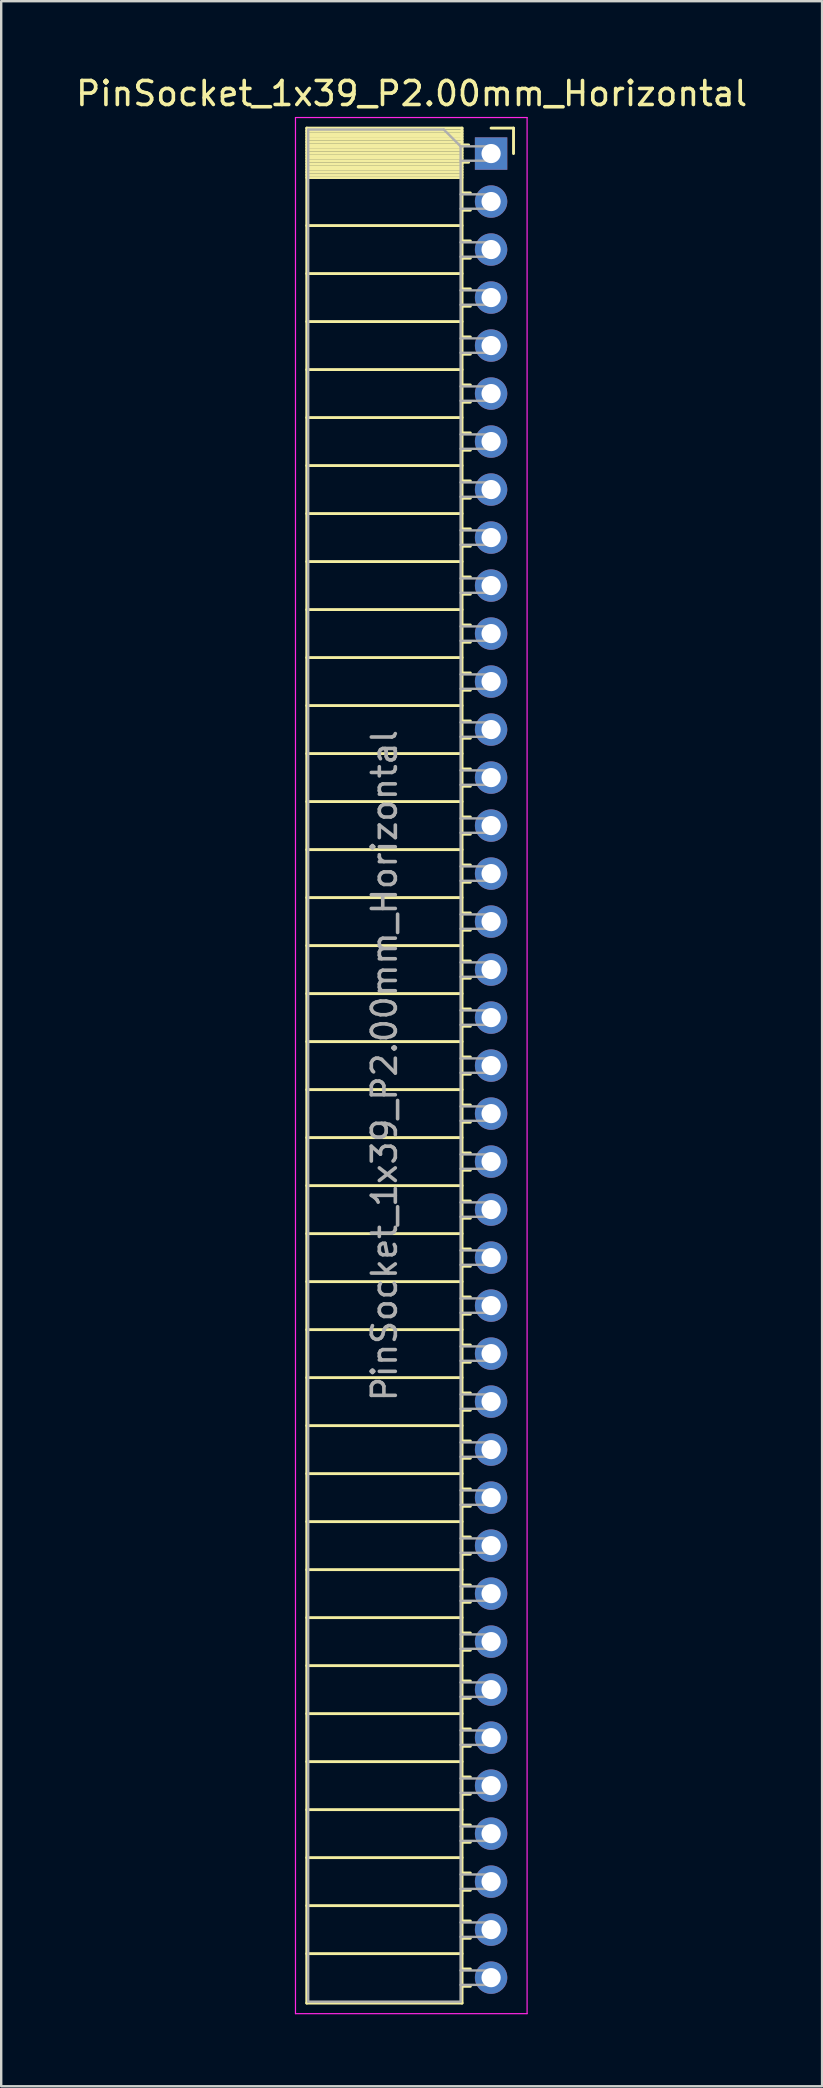
<source format=kicad_pcb>
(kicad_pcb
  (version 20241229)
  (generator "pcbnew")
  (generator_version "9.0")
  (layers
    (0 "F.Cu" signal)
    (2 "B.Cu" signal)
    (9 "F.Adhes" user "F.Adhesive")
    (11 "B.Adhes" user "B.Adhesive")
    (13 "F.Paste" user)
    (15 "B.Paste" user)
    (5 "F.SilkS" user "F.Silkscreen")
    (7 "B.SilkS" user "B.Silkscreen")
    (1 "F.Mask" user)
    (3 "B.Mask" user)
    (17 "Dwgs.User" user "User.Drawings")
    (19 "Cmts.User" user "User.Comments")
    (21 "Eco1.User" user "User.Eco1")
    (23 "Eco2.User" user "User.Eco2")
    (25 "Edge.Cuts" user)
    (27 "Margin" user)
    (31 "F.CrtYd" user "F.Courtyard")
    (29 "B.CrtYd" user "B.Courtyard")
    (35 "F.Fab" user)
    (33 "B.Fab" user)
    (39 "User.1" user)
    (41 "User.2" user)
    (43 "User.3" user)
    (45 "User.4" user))
  (footprint "PinSocket_1x39_P2.00mm_Horizontal"
    (layer "F.Cu")
    (at 17.411 3.348)
    (property "Reference" "PinSocket_1x39_P2.00mm_Horizontal" (at -3.31 -2.5 0) (layer "F.SilkS") (effects (font (size 1 1) (thickness 0.15))))
    (attr through_hole)
    (fp_line (start -7.68 -1.06) (end -7.68 77.06) (stroke (width 0.12) (type solid)) (layer "F.SilkS"))
    (fp_line (start -7.68 -1.06) (end -1.21 -1.06) (stroke (width 0.12) (type solid)) (layer "F.SilkS"))
    (fp_line (start -7.68 -0.94) (end -1.21 -0.94) (stroke (width 0.12) (type solid)) (layer "F.SilkS"))
    (fp_line (start -7.68 -0.826) (end -1.21 -0.826) (stroke (width 0.12) (type solid)) (layer "F.SilkS"))
    (fp_line (start -7.68 -0.712) (end -1.21 -0.712) (stroke (width 0.12) (type solid)) (layer "F.SilkS"))
    (fp_line (start -7.68 -0.598) (end -1.21 -0.598) (stroke (width 0.12) (type solid)) (layer "F.SilkS"))
    (fp_line (start -7.68 -0.484) (end -1.21 -0.484) (stroke (width 0.12) (type solid)) (layer "F.SilkS"))
    (fp_line (start -7.68 -0.369) (end -1.21 -0.369) (stroke (width 0.12) (type solid)) (layer "F.SilkS"))
    (fp_line (start -7.68 -0.255) (end -1.21 -0.255) (stroke (width 0.12) (type solid)) (layer "F.SilkS"))
    (fp_line (start -7.68 -0.141) (end -1.21 -0.141) (stroke (width 0.12) (type solid)) (layer "F.SilkS"))
    (fp_line (start -7.68 -0.027) (end -1.21 -0.027) (stroke (width 0.12) (type solid)) (layer "F.SilkS"))
    (fp_line (start -7.68 0.087) (end -1.21 0.087) (stroke (width 0.12) (type solid)) (layer "F.SilkS"))
    (fp_line (start -7.68 0.201) (end -1.21 0.201) (stroke (width 0.12) (type solid)) (layer "F.SilkS"))
    (fp_line (start -7.68 0.315) (end -1.21 0.315) (stroke (width 0.12) (type solid)) (layer "F.SilkS"))
    (fp_line (start -7.68 0.429) (end -1.21 0.429) (stroke (width 0.12) (type solid)) (layer "F.SilkS"))
    (fp_line (start -7.68 0.544) (end -1.21 0.544) (stroke (width 0.12) (type solid)) (layer "F.SilkS"))
    (fp_line (start -7.68 0.658) (end -1.21 0.658) (stroke (width 0.12) (type solid)) (layer "F.SilkS"))
    (fp_line (start -7.68 0.772) (end -1.21 0.772) (stroke (width 0.12) (type solid)) (layer "F.SilkS"))
    (fp_line (start -7.68 0.886) (end -1.21 0.886) (stroke (width 0.12) (type solid)) (layer "F.SilkS"))
    (fp_line (start -7.68 1) (end -1.21 1) (stroke (width 0.12) (type solid)) (layer "F.SilkS"))
    (fp_line (start -7.68 3) (end -1.21 3) (stroke (width 0.12) (type solid)) (layer "F.SilkS"))
    (fp_line (start -7.68 5) (end -1.21 5) (stroke (width 0.12) (type solid)) (layer "F.SilkS"))
    (fp_line (start -7.68 7) (end -1.21 7) (stroke (width 0.12) (type solid)) (layer "F.SilkS"))
    (fp_line (start -7.68 9) (end -1.21 9) (stroke (width 0.12) (type solid)) (layer "F.SilkS"))
    (fp_line (start -7.68 11) (end -1.21 11) (stroke (width 0.12) (type solid)) (layer "F.SilkS"))
    (fp_line (start -7.68 13) (end -1.21 13) (stroke (width 0.12) (type solid)) (layer "F.SilkS"))
    (fp_line (start -7.68 15) (end -1.21 15) (stroke (width 0.12) (type solid)) (layer "F.SilkS"))
    (fp_line (start -7.68 17) (end -1.21 17) (stroke (width 0.12) (type solid)) (layer "F.SilkS"))
    (fp_line (start -7.68 19) (end -1.21 19) (stroke (width 0.12) (type solid)) (layer "F.SilkS"))
    (fp_line (start -7.68 21) (end -1.21 21) (stroke (width 0.12) (type solid)) (layer "F.SilkS"))
    (fp_line (start -7.68 23) (end -1.21 23) (stroke (width 0.12) (type solid)) (layer "F.SilkS"))
    (fp_line (start -7.68 25) (end -1.21 25) (stroke (width 0.12) (type solid)) (layer "F.SilkS"))
    (fp_line (start -7.68 27) (end -1.21 27) (stroke (width 0.12) (type solid)) (layer "F.SilkS"))
    (fp_line (start -7.68 29) (end -1.21 29) (stroke (width 0.12) (type solid)) (layer "F.SilkS"))
    (fp_line (start -7.68 31) (end -1.21 31) (stroke (width 0.12) (type solid)) (layer "F.SilkS"))
    (fp_line (start -7.68 33) (end -1.21 33) (stroke (width 0.12) (type solid)) (layer "F.SilkS"))
    (fp_line (start -7.68 35) (end -1.21 35) (stroke (width 0.12) (type solid)) (layer "F.SilkS"))
    (fp_line (start -7.68 37) (end -1.21 37) (stroke (width 0.12) (type solid)) (layer "F.SilkS"))
    (fp_line (start -7.68 39) (end -1.21 39) (stroke (width 0.12) (type solid)) (layer "F.SilkS"))
    (fp_line (start -7.68 41) (end -1.21 41) (stroke (width 0.12) (type solid)) (layer "F.SilkS"))
    (fp_line (start -7.68 43) (end -1.21 43) (stroke (width 0.12) (type solid)) (layer "F.SilkS"))
    (fp_line (start -7.68 45) (end -1.21 45) (stroke (width 0.12) (type solid)) (layer "F.SilkS"))
    (fp_line (start -7.68 47) (end -1.21 47) (stroke (width 0.12) (type solid)) (layer "F.SilkS"))
    (fp_line (start -7.68 49) (end -1.21 49) (stroke (width 0.12) (type solid)) (layer "F.SilkS"))
    (fp_line (start -7.68 51) (end -1.21 51) (stroke (width 0.12) (type solid)) (layer "F.SilkS"))
    (fp_line (start -7.68 53) (end -1.21 53) (stroke (width 0.12) (type solid)) (layer "F.SilkS"))
    (fp_line (start -7.68 55) (end -1.21 55) (stroke (width 0.12) (type solid)) (layer "F.SilkS"))
    (fp_line (start -7.68 57) (end -1.21 57) (stroke (width 0.12) (type solid)) (layer "F.SilkS"))
    (fp_line (start -7.68 59) (end -1.21 59) (stroke (width 0.12) (type solid)) (layer "F.SilkS"))
    (fp_line (start -7.68 61) (end -1.21 61) (stroke (width 0.12) (type solid)) (layer "F.SilkS"))
    (fp_line (start -7.68 63) (end -1.21 63) (stroke (width 0.12) (type solid)) (layer "F.SilkS"))
    (fp_line (start -7.68 65) (end -1.21 65) (stroke (width 0.12) (type solid)) (layer "F.SilkS"))
    (fp_line (start -7.68 67) (end -1.21 67) (stroke (width 0.12) (type solid)) (layer "F.SilkS"))
    (fp_line (start -7.68 69) (end -1.21 69) (stroke (width 0.12) (type solid)) (layer "F.SilkS"))
    (fp_line (start -7.68 71) (end -1.21 71) (stroke (width 0.12) (type solid)) (layer "F.SilkS"))
    (fp_line (start -7.68 73) (end -1.21 73) (stroke (width 0.12) (type solid)) (layer "F.SilkS"))
    (fp_line (start -7.68 75) (end -1.21 75) (stroke (width 0.12) (type solid)) (layer "F.SilkS"))
    (fp_line (start -7.68 77.06) (end -1.21 77.06) (stroke (width 0.12) (type solid)) (layer "F.SilkS"))
    (fp_line (start -1.21 -1.06) (end -1.21 77.06) (stroke (width 0.12) (type solid)) (layer "F.SilkS"))
    (fp_line (start -1.21 -0.36) (end -0.935 -0.36) (stroke (width 0.12) (type solid)) (layer "F.SilkS"))
    (fp_line (start -1.21 0.36) (end -0.935 0.36) (stroke (width 0.12) (type solid)) (layer "F.SilkS"))
    (fp_line (start -1.21 1.64) (end -0.863 1.64) (stroke (width 0.12) (type solid)) (layer "F.SilkS"))
    (fp_line (start -1.21 2.36) (end -0.863 2.36) (stroke (width 0.12) (type solid)) (layer "F.SilkS"))
    (fp_line (start -1.21 3.64) (end -0.863 3.64) (stroke (width 0.12) (type solid)) (layer "F.SilkS"))
    (fp_line (start -1.21 4.36) (end -0.863 4.36) (stroke (width 0.12) (type solid)) (layer "F.SilkS"))
    (fp_line (start -1.21 5.64) (end -0.863 5.64) (stroke (width 0.12) (type solid)) (layer "F.SilkS"))
    (fp_line (start -1.21 6.36) (end -0.863 6.36) (stroke (width 0.12) (type solid)) (layer "F.SilkS"))
    (fp_line (start -1.21 7.64) (end -0.863 7.64) (stroke (width 0.12) (type solid)) (layer "F.SilkS"))
    (fp_line (start -1.21 8.36) (end -0.863 8.36) (stroke (width 0.12) (type solid)) (layer "F.SilkS"))
    (fp_line (start -1.21 9.64) (end -0.863 9.64) (stroke (width 0.12) (type solid)) (layer "F.SilkS"))
    (fp_line (start -1.21 10.36) (end -0.863 10.36) (stroke (width 0.12) (type solid)) (layer "F.SilkS"))
    (fp_line (start -1.21 11.64) (end -0.863 11.64) (stroke (width 0.12) (type solid)) (layer "F.SilkS"))
    (fp_line (start -1.21 12.36) (end -0.863 12.36) (stroke (width 0.12) (type solid)) (layer "F.SilkS"))
    (fp_line (start -1.21 13.64) (end -0.863 13.64) (stroke (width 0.12) (type solid)) (layer "F.SilkS"))
    (fp_line (start -1.21 14.36) (end -0.863 14.36) (stroke (width 0.12) (type solid)) (layer "F.SilkS"))
    (fp_line (start -1.21 15.64) (end -0.863 15.64) (stroke (width 0.12) (type solid)) (layer "F.SilkS"))
    (fp_line (start -1.21 16.36) (end -0.863 16.36) (stroke (width 0.12) (type solid)) (layer "F.SilkS"))
    (fp_line (start -1.21 17.64) (end -0.863 17.64) (stroke (width 0.12) (type solid)) (layer "F.SilkS"))
    (fp_line (start -1.21 18.36) (end -0.863 18.36) (stroke (width 0.12) (type solid)) (layer "F.SilkS"))
    (fp_line (start -1.21 19.64) (end -0.863 19.64) (stroke (width 0.12) (type solid)) (layer "F.SilkS"))
    (fp_line (start -1.21 20.36) (end -0.863 20.36) (stroke (width 0.12) (type solid)) (layer "F.SilkS"))
    (fp_line (start -1.21 21.64) (end -0.863 21.64) (stroke (width 0.12) (type solid)) (layer "F.SilkS"))
    (fp_line (start -1.21 22.36) (end -0.863 22.36) (stroke (width 0.12) (type solid)) (layer "F.SilkS"))
    (fp_line (start -1.21 23.64) (end -0.863 23.64) (stroke (width 0.12) (type solid)) (layer "F.SilkS"))
    (fp_line (start -1.21 24.36) (end -0.863 24.36) (stroke (width 0.12) (type solid)) (layer "F.SilkS"))
    (fp_line (start -1.21 25.64) (end -0.863 25.64) (stroke (width 0.12) (type solid)) (layer "F.SilkS"))
    (fp_line (start -1.21 26.36) (end -0.863 26.36) (stroke (width 0.12) (type solid)) (layer "F.SilkS"))
    (fp_line (start -1.21 27.64) (end -0.863 27.64) (stroke (width 0.12) (type solid)) (layer "F.SilkS"))
    (fp_line (start -1.21 28.36) (end -0.863 28.36) (stroke (width 0.12) (type solid)) (layer "F.SilkS"))
    (fp_line (start -1.21 29.64) (end -0.863 29.64) (stroke (width 0.12) (type solid)) (layer "F.SilkS"))
    (fp_line (start -1.21 30.36) (end -0.863 30.36) (stroke (width 0.12) (type solid)) (layer "F.SilkS"))
    (fp_line (start -1.21 31.64) (end -0.863 31.64) (stroke (width 0.12) (type solid)) (layer "F.SilkS"))
    (fp_line (start -1.21 32.36) (end -0.863 32.36) (stroke (width 0.12) (type solid)) (layer "F.SilkS"))
    (fp_line (start -1.21 33.64) (end -0.863 33.64) (stroke (width 0.12) (type solid)) (layer "F.SilkS"))
    (fp_line (start -1.21 34.36) (end -0.863 34.36) (stroke (width 0.12) (type solid)) (layer "F.SilkS"))
    (fp_line (start -1.21 35.64) (end -0.863 35.64) (stroke (width 0.12) (type solid)) (layer "F.SilkS"))
    (fp_line (start -1.21 36.36) (end -0.863 36.36) (stroke (width 0.12) (type solid)) (layer "F.SilkS"))
    (fp_line (start -1.21 37.64) (end -0.863 37.64) (stroke (width 0.12) (type solid)) (layer "F.SilkS"))
    (fp_line (start -1.21 38.36) (end -0.863 38.36) (stroke (width 0.12) (type solid)) (layer "F.SilkS"))
    (fp_line (start -1.21 39.64) (end -0.863 39.64) (stroke (width 0.12) (type solid)) (layer "F.SilkS"))
    (fp_line (start -1.21 40.36) (end -0.863 40.36) (stroke (width 0.12) (type solid)) (layer "F.SilkS"))
    (fp_line (start -1.21 41.64) (end -0.863 41.64) (stroke (width 0.12) (type solid)) (layer "F.SilkS"))
    (fp_line (start -1.21 42.36) (end -0.863 42.36) (stroke (width 0.12) (type solid)) (layer "F.SilkS"))
    (fp_line (start -1.21 43.64) (end -0.863 43.64) (stroke (width 0.12) (type solid)) (layer "F.SilkS"))
    (fp_line (start -1.21 44.36) (end -0.863 44.36) (stroke (width 0.12) (type solid)) (layer "F.SilkS"))
    (fp_line (start -1.21 45.64) (end -0.863 45.64) (stroke (width 0.12) (type solid)) (layer "F.SilkS"))
    (fp_line (start -1.21 46.36) (end -0.863 46.36) (stroke (width 0.12) (type solid)) (layer "F.SilkS"))
    (fp_line (start -1.21 47.64) (end -0.863 47.64) (stroke (width 0.12) (type solid)) (layer "F.SilkS"))
    (fp_line (start -1.21 48.36) (end -0.863 48.36) (stroke (width 0.12) (type solid)) (layer "F.SilkS"))
    (fp_line (start -1.21 49.64) (end -0.863 49.64) (stroke (width 0.12) (type solid)) (layer "F.SilkS"))
    (fp_line (start -1.21 50.36) (end -0.863 50.36) (stroke (width 0.12) (type solid)) (layer "F.SilkS"))
    (fp_line (start -1.21 51.64) (end -0.863 51.64) (stroke (width 0.12) (type solid)) (layer "F.SilkS"))
    (fp_line (start -1.21 52.36) (end -0.863 52.36) (stroke (width 0.12) (type solid)) (layer "F.SilkS"))
    (fp_line (start -1.21 53.64) (end -0.863 53.64) (stroke (width 0.12) (type solid)) (layer "F.SilkS"))
    (fp_line (start -1.21 54.36) (end -0.863 54.36) (stroke (width 0.12) (type solid)) (layer "F.SilkS"))
    (fp_line (start -1.21 55.64) (end -0.863 55.64) (stroke (width 0.12) (type solid)) (layer "F.SilkS"))
    (fp_line (start -1.21 56.36) (end -0.863 56.36) (stroke (width 0.12) (type solid)) (layer "F.SilkS"))
    (fp_line (start -1.21 57.64) (end -0.863 57.64) (stroke (width 0.12) (type solid)) (layer "F.SilkS"))
    (fp_line (start -1.21 58.36) (end -0.863 58.36) (stroke (width 0.12) (type solid)) (layer "F.SilkS"))
    (fp_line (start -1.21 59.64) (end -0.863 59.64) (stroke (width 0.12) (type solid)) (layer "F.SilkS"))
    (fp_line (start -1.21 60.36) (end -0.863 60.36) (stroke (width 0.12) (type solid)) (layer "F.SilkS"))
    (fp_line (start -1.21 61.64) (end -0.863 61.64) (stroke (width 0.12) (type solid)) (layer "F.SilkS"))
    (fp_line (start -1.21 62.36) (end -0.863 62.36) (stroke (width 0.12) (type solid)) (layer "F.SilkS"))
    (fp_line (start -1.21 63.64) (end -0.863 63.64) (stroke (width 0.12) (type solid)) (layer "F.SilkS"))
    (fp_line (start -1.21 64.36) (end -0.863 64.36) (stroke (width 0.12) (type solid)) (layer "F.SilkS"))
    (fp_line (start -1.21 65.64) (end -0.863 65.64) (stroke (width 0.12) (type solid)) (layer "F.SilkS"))
    (fp_line (start -1.21 66.36) (end -0.863 66.36) (stroke (width 0.12) (type solid)) (layer "F.SilkS"))
    (fp_line (start -1.21 67.64) (end -0.863 67.64) (stroke (width 0.12) (type solid)) (layer "F.SilkS"))
    (fp_line (start -1.21 68.36) (end -0.863 68.36) (stroke (width 0.12) (type solid)) (layer "F.SilkS"))
    (fp_line (start -1.21 69.64) (end -0.863 69.64) (stroke (width 0.12) (type solid)) (layer "F.SilkS"))
    (fp_line (start -1.21 70.36) (end -0.863 70.36) (stroke (width 0.12) (type solid)) (layer "F.SilkS"))
    (fp_line (start -1.21 71.64) (end -0.863 71.64) (stroke (width 0.12) (type solid)) (layer "F.SilkS"))
    (fp_line (start -1.21 72.36) (end -0.863 72.36) (stroke (width 0.12) (type solid)) (layer "F.SilkS"))
    (fp_line (start -1.21 73.64) (end -0.863 73.64) (stroke (width 0.12) (type solid)) (layer "F.SilkS"))
    (fp_line (start -1.21 74.36) (end -0.863 74.36) (stroke (width 0.12) (type solid)) (layer "F.SilkS"))
    (fp_line (start -1.21 75.64) (end -0.863 75.64) (stroke (width 0.12) (type solid)) (layer "F.SilkS"))
    (fp_line (start -1.21 76.36) (end -0.863 76.36) (stroke (width 0.12) (type solid)) (layer "F.SilkS"))
    (fp_line (start 0 -1.06) (end 0.935 -1.06) (stroke (width 0.12) (type solid)) (layer "F.SilkS"))
    (fp_line (start 0.935 -1.06) (end 0.935 0) (stroke (width 0.12) (type solid)) (layer "F.SilkS"))
    (fp_line (start -8.15 -1.5) (end -8.15 77.5) (stroke (width 0.05) (type solid)) (layer "F.CrtYd"))
    (fp_line (start -8.15 77.5) (end 1.5 77.5) (stroke (width 0.05) (type solid)) (layer "F.CrtYd"))
    (fp_line (start 1.5 -1.5) (end -8.15 -1.5) (stroke (width 0.05) (type solid)) (layer "F.CrtYd"))
    (fp_line (start 1.5 77.5) (end 1.5 -1.5) (stroke (width 0.05) (type solid)) (layer "F.CrtYd"))
    (fp_line (start -7.62 -1) (end -1.97 -1) (stroke (width 0.1) (type solid)) (layer "F.Fab"))
    (fp_line (start -7.62 77) (end -7.62 -1) (stroke (width 0.1) (type solid)) (layer "F.Fab"))
    (fp_line (start -1.97 -1) (end -1.27 -0.3) (stroke (width 0.1) (type solid)) (layer "F.Fab"))
    (fp_line (start -1.27 -0.3) (end -1.27 77) (stroke (width 0.1) (type solid)) (layer "F.Fab"))
    (fp_line (start -1.27 0.3) (end 0 0.3) (stroke (width 0.1) (type solid)) (layer "F.Fab"))
    (fp_line (start -1.27 2.3) (end 0 2.3) (stroke (width 0.1) (type solid)) (layer "F.Fab"))
    (fp_line (start -1.27 4.3) (end 0 4.3) (stroke (width 0.1) (type solid)) (layer "F.Fab"))
    (fp_line (start -1.27 6.3) (end 0 6.3) (stroke (width 0.1) (type solid)) (layer "F.Fab"))
    (fp_line (start -1.27 8.3) (end 0 8.3) (stroke (width 0.1) (type solid)) (layer "F.Fab"))
    (fp_line (start -1.27 10.3) (end 0 10.3) (stroke (width 0.1) (type solid)) (layer "F.Fab"))
    (fp_line (start -1.27 12.3) (end 0 12.3) (stroke (width 0.1) (type solid)) (layer "F.Fab"))
    (fp_line (start -1.27 14.3) (end 0 14.3) (stroke (width 0.1) (type solid)) (layer "F.Fab"))
    (fp_line (start -1.27 16.3) (end 0 16.3) (stroke (width 0.1) (type solid)) (layer "F.Fab"))
    (fp_line (start -1.27 18.3) (end 0 18.3) (stroke (width 0.1) (type solid)) (layer "F.Fab"))
    (fp_line (start -1.27 20.3) (end 0 20.3) (stroke (width 0.1) (type solid)) (layer "F.Fab"))
    (fp_line (start -1.27 22.3) (end 0 22.3) (stroke (width 0.1) (type solid)) (layer "F.Fab"))
    (fp_line (start -1.27 24.3) (end 0 24.3) (stroke (width 0.1) (type solid)) (layer "F.Fab"))
    (fp_line (start -1.27 26.3) (end 0 26.3) (stroke (width 0.1) (type solid)) (layer "F.Fab"))
    (fp_line (start -1.27 28.3) (end 0 28.3) (stroke (width 0.1) (type solid)) (layer "F.Fab"))
    (fp_line (start -1.27 30.3) (end 0 30.3) (stroke (width 0.1) (type solid)) (layer "F.Fab"))
    (fp_line (start -1.27 32.3) (end 0 32.3) (stroke (width 0.1) (type solid)) (layer "F.Fab"))
    (fp_line (start -1.27 34.3) (end 0 34.3) (stroke (width 0.1) (type solid)) (layer "F.Fab"))
    (fp_line (start -1.27 36.3) (end 0 36.3) (stroke (width 0.1) (type solid)) (layer "F.Fab"))
    (fp_line (start -1.27 38.3) (end 0 38.3) (stroke (width 0.1) (type solid)) (layer "F.Fab"))
    (fp_line (start -1.27 40.3) (end 0 40.3) (stroke (width 0.1) (type solid)) (layer "F.Fab"))
    (fp_line (start -1.27 42.3) (end 0 42.3) (stroke (width 0.1) (type solid)) (layer "F.Fab"))
    (fp_line (start -1.27 44.3) (end 0 44.3) (stroke (width 0.1) (type solid)) (layer "F.Fab"))
    (fp_line (start -1.27 46.3) (end 0 46.3) (stroke (width 0.1) (type solid)) (layer "F.Fab"))
    (fp_line (start -1.27 48.3) (end 0 48.3) (stroke (width 0.1) (type solid)) (layer "F.Fab"))
    (fp_line (start -1.27 50.3) (end 0 50.3) (stroke (width 0.1) (type solid)) (layer "F.Fab"))
    (fp_line (start -1.27 52.3) (end 0 52.3) (stroke (width 0.1) (type solid)) (layer "F.Fab"))
    (fp_line (start -1.27 54.3) (end 0 54.3) (stroke (width 0.1) (type solid)) (layer "F.Fab"))
    (fp_line (start -1.27 56.3) (end 0 56.3) (stroke (width 0.1) (type solid)) (layer "F.Fab"))
    (fp_line (start -1.27 58.3) (end 0 58.3) (stroke (width 0.1) (type solid)) (layer "F.Fab"))
    (fp_line (start -1.27 60.3) (end 0 60.3) (stroke (width 0.1) (type solid)) (layer "F.Fab"))
    (fp_line (start -1.27 62.3) (end 0 62.3) (stroke (width 0.1) (type solid)) (layer "F.Fab"))
    (fp_line (start -1.27 64.3) (end 0 64.3) (stroke (width 0.1) (type solid)) (layer "F.Fab"))
    (fp_line (start -1.27 66.3) (end 0 66.3) (stroke (width 0.1) (type solid)) (layer "F.Fab"))
    (fp_line (start -1.27 68.3) (end 0 68.3) (stroke (width 0.1) (type solid)) (layer "F.Fab"))
    (fp_line (start -1.27 70.3) (end 0 70.3) (stroke (width 0.1) (type solid)) (layer "F.Fab"))
    (fp_line (start -1.27 72.3) (end 0 72.3) (stroke (width 0.1) (type solid)) (layer "F.Fab"))
    (fp_line (start -1.27 74.3) (end 0 74.3) (stroke (width 0.1) (type solid)) (layer "F.Fab"))
    (fp_line (start -1.27 76.3) (end 0 76.3) (stroke (width 0.1) (type solid)) (layer "F.Fab"))
    (fp_line (start -1.27 77) (end -7.62 77) (stroke (width 0.1) (type solid)) (layer "F.Fab"))
    (fp_line (start 0 -0.3) (end -1.27 -0.3) (stroke (width 0.1) (type solid)) (layer "F.Fab"))
    (fp_line (start 0 0.3) (end 0 -0.3) (stroke (width 0.1) (type solid)) (layer "F.Fab"))
    (fp_line (start 0 1.7) (end -1.27 1.7) (stroke (width 0.1) (type solid)) (layer "F.Fab"))
    (fp_line (start 0 2.3) (end 0 1.7) (stroke (width 0.1) (type solid)) (layer "F.Fab"))
    (fp_line (start 0 3.7) (end -1.27 3.7) (stroke (width 0.1) (type solid)) (layer "F.Fab"))
    (fp_line (start 0 4.3) (end 0 3.7) (stroke (width 0.1) (type solid)) (layer "F.Fab"))
    (fp_line (start 0 5.7) (end -1.27 5.7) (stroke (width 0.1) (type solid)) (layer "F.Fab"))
    (fp_line (start 0 6.3) (end 0 5.7) (stroke (width 0.1) (type solid)) (layer "F.Fab"))
    (fp_line (start 0 7.7) (end -1.27 7.7) (stroke (width 0.1) (type solid)) (layer "F.Fab"))
    (fp_line (start 0 8.3) (end 0 7.7) (stroke (width 0.1) (type solid)) (layer "F.Fab"))
    (fp_line (start 0 9.7) (end -1.27 9.7) (stroke (width 0.1) (type solid)) (layer "F.Fab"))
    (fp_line (start 0 10.3) (end 0 9.7) (stroke (width 0.1) (type solid)) (layer "F.Fab"))
    (fp_line (start 0 11.7) (end -1.27 11.7) (stroke (width 0.1) (type solid)) (layer "F.Fab"))
    (fp_line (start 0 12.3) (end 0 11.7) (stroke (width 0.1) (type solid)) (layer "F.Fab"))
    (fp_line (start 0 13.7) (end -1.27 13.7) (stroke (width 0.1) (type solid)) (layer "F.Fab"))
    (fp_line (start 0 14.3) (end 0 13.7) (stroke (width 0.1) (type solid)) (layer "F.Fab"))
    (fp_line (start 0 15.7) (end -1.27 15.7) (stroke (width 0.1) (type solid)) (layer "F.Fab"))
    (fp_line (start 0 16.3) (end 0 15.7) (stroke (width 0.1) (type solid)) (layer "F.Fab"))
    (fp_line (start 0 17.7) (end -1.27 17.7) (stroke (width 0.1) (type solid)) (layer "F.Fab"))
    (fp_line (start 0 18.3) (end 0 17.7) (stroke (width 0.1) (type solid)) (layer "F.Fab"))
    (fp_line (start 0 19.7) (end -1.27 19.7) (stroke (width 0.1) (type solid)) (layer "F.Fab"))
    (fp_line (start 0 20.3) (end 0 19.7) (stroke (width 0.1) (type solid)) (layer "F.Fab"))
    (fp_line (start 0 21.7) (end -1.27 21.7) (stroke (width 0.1) (type solid)) (layer "F.Fab"))
    (fp_line (start 0 22.3) (end 0 21.7) (stroke (width 0.1) (type solid)) (layer "F.Fab"))
    (fp_line (start 0 23.7) (end -1.27 23.7) (stroke (width 0.1) (type solid)) (layer "F.Fab"))
    (fp_line (start 0 24.3) (end 0 23.7) (stroke (width 0.1) (type solid)) (layer "F.Fab"))
    (fp_line (start 0 25.7) (end -1.27 25.7) (stroke (width 0.1) (type solid)) (layer "F.Fab"))
    (fp_line (start 0 26.3) (end 0 25.7) (stroke (width 0.1) (type solid)) (layer "F.Fab"))
    (fp_line (start 0 27.7) (end -1.27 27.7) (stroke (width 0.1) (type solid)) (layer "F.Fab"))
    (fp_line (start 0 28.3) (end 0 27.7) (stroke (width 0.1) (type solid)) (layer "F.Fab"))
    (fp_line (start 0 29.7) (end -1.27 29.7) (stroke (width 0.1) (type solid)) (layer "F.Fab"))
    (fp_line (start 0 30.3) (end 0 29.7) (stroke (width 0.1) (type solid)) (layer "F.Fab"))
    (fp_line (start 0 31.7) (end -1.27 31.7) (stroke (width 0.1) (type solid)) (layer "F.Fab"))
    (fp_line (start 0 32.3) (end 0 31.7) (stroke (width 0.1) (type solid)) (layer "F.Fab"))
    (fp_line (start 0 33.7) (end -1.27 33.7) (stroke (width 0.1) (type solid)) (layer "F.Fab"))
    (fp_line (start 0 34.3) (end 0 33.7) (stroke (width 0.1) (type solid)) (layer "F.Fab"))
    (fp_line (start 0 35.7) (end -1.27 35.7) (stroke (width 0.1) (type solid)) (layer "F.Fab"))
    (fp_line (start 0 36.3) (end 0 35.7) (stroke (width 0.1) (type solid)) (layer "F.Fab"))
    (fp_line (start 0 37.7) (end -1.27 37.7) (stroke (width 0.1) (type solid)) (layer "F.Fab"))
    (fp_line (start 0 38.3) (end 0 37.7) (stroke (width 0.1) (type solid)) (layer "F.Fab"))
    (fp_line (start 0 39.7) (end -1.27 39.7) (stroke (width 0.1) (type solid)) (layer "F.Fab"))
    (fp_line (start 0 40.3) (end 0 39.7) (stroke (width 0.1) (type solid)) (layer "F.Fab"))
    (fp_line (start 0 41.7) (end -1.27 41.7) (stroke (width 0.1) (type solid)) (layer "F.Fab"))
    (fp_line (start 0 42.3) (end 0 41.7) (stroke (width 0.1) (type solid)) (layer "F.Fab"))
    (fp_line (start 0 43.7) (end -1.27 43.7) (stroke (width 0.1) (type solid)) (layer "F.Fab"))
    (fp_line (start 0 44.3) (end 0 43.7) (stroke (width 0.1) (type solid)) (layer "F.Fab"))
    (fp_line (start 0 45.7) (end -1.27 45.7) (stroke (width 0.1) (type solid)) (layer "F.Fab"))
    (fp_line (start 0 46.3) (end 0 45.7) (stroke (width 0.1) (type solid)) (layer "F.Fab"))
    (fp_line (start 0 47.7) (end -1.27 47.7) (stroke (width 0.1) (type solid)) (layer "F.Fab"))
    (fp_line (start 0 48.3) (end 0 47.7) (stroke (width 0.1) (type solid)) (layer "F.Fab"))
    (fp_line (start 0 49.7) (end -1.27 49.7) (stroke (width 0.1) (type solid)) (layer "F.Fab"))
    (fp_line (start 0 50.3) (end 0 49.7) (stroke (width 0.1) (type solid)) (layer "F.Fab"))
    (fp_line (start 0 51.7) (end -1.27 51.7) (stroke (width 0.1) (type solid)) (layer "F.Fab"))
    (fp_line (start 0 52.3) (end 0 51.7) (stroke (width 0.1) (type solid)) (layer "F.Fab"))
    (fp_line (start 0 53.7) (end -1.27 53.7) (stroke (width 0.1) (type solid)) (layer "F.Fab"))
    (fp_line (start 0 54.3) (end 0 53.7) (stroke (width 0.1) (type solid)) (layer "F.Fab"))
    (fp_line (start 0 55.7) (end -1.27 55.7) (stroke (width 0.1) (type solid)) (layer "F.Fab"))
    (fp_line (start 0 56.3) (end 0 55.7) (stroke (width 0.1) (type solid)) (layer "F.Fab"))
    (fp_line (start 0 57.7) (end -1.27 57.7) (stroke (width 0.1) (type solid)) (layer "F.Fab"))
    (fp_line (start 0 58.3) (end 0 57.7) (stroke (width 0.1) (type solid)) (layer "F.Fab"))
    (fp_line (start 0 59.7) (end -1.27 59.7) (stroke (width 0.1) (type solid)) (layer "F.Fab"))
    (fp_line (start 0 60.3) (end 0 59.7) (stroke (width 0.1) (type solid)) (layer "F.Fab"))
    (fp_line (start 0 61.7) (end -1.27 61.7) (stroke (width 0.1) (type solid)) (layer "F.Fab"))
    (fp_line (start 0 62.3) (end 0 61.7) (stroke (width 0.1) (type solid)) (layer "F.Fab"))
    (fp_line (start 0 63.7) (end -1.27 63.7) (stroke (width 0.1) (type solid)) (layer "F.Fab"))
    (fp_line (start 0 64.3) (end 0 63.7) (stroke (width 0.1) (type solid)) (layer "F.Fab"))
    (fp_line (start 0 65.7) (end -1.27 65.7) (stroke (width 0.1) (type solid)) (layer "F.Fab"))
    (fp_line (start 0 66.3) (end 0 65.7) (stroke (width 0.1) (type solid)) (layer "F.Fab"))
    (fp_line (start 0 67.7) (end -1.27 67.7) (stroke (width 0.1) (type solid)) (layer "F.Fab"))
    (fp_line (start 0 68.3) (end 0 67.7) (stroke (width 0.1) (type solid)) (layer "F.Fab"))
    (fp_line (start 0 69.7) (end -1.27 69.7) (stroke (width 0.1) (type solid)) (layer "F.Fab"))
    (fp_line (start 0 70.3) (end 0 69.7) (stroke (width 0.1) (type solid)) (layer "F.Fab"))
    (fp_line (start 0 71.7) (end -1.27 71.7) (stroke (width 0.1) (type solid)) (layer "F.Fab"))
    (fp_line (start 0 72.3) (end 0 71.7) (stroke (width 0.1) (type solid)) (layer "F.Fab"))
    (fp_line (start 0 73.7) (end -1.27 73.7) (stroke (width 0.1) (type solid)) (layer "F.Fab"))
    (fp_line (start 0 74.3) (end 0 73.7) (stroke (width 0.1) (type solid)) (layer "F.Fab"))
    (fp_line (start 0 75.7) (end -1.27 75.7) (stroke (width 0.1) (type solid)) (layer "F.Fab"))
    (fp_line (start 0 76.3) (end 0 75.7) (stroke (width 0.1) (type solid)) (layer "F.Fab"))
    (fp_text user "${REFERENCE}" (at -4.445 38 90) (layer "F.Fab") (effects (font (size 1 1) (thickness 0.15))))
    (pad "1" thru_hole rect (at 0 0) (size 1.35 1.35) (drill 0.8) (layers "*.Cu" "*.Mask"))
    (pad "2" thru_hole circle (at 0 2) (size 1.35 1.35) (drill 0.8) (layers "*.Cu" "*.Mask"))
    (pad "3" thru_hole circle (at 0 4) (size 1.35 1.35) (drill 0.8) (layers "*.Cu" "*.Mask"))
    (pad "4" thru_hole circle (at 0 6) (size 1.35 1.35) (drill 0.8) (layers "*.Cu" "*.Mask"))
    (pad "5" thru_hole circle (at 0 8) (size 1.35 1.35) (drill 0.8) (layers "*.Cu" "*.Mask"))
    (pad "6" thru_hole circle (at 0 10) (size 1.35 1.35) (drill 0.8) (layers "*.Cu" "*.Mask"))
    (pad "7" thru_hole circle (at 0 12) (size 1.35 1.35) (drill 0.8) (layers "*.Cu" "*.Mask"))
    (pad "8" thru_hole circle (at 0 14) (size 1.35 1.35) (drill 0.8) (layers "*.Cu" "*.Mask"))
    (pad "9" thru_hole circle (at 0 16) (size 1.35 1.35) (drill 0.8) (layers "*.Cu" "*.Mask"))
    (pad "10" thru_hole circle (at 0 18) (size 1.35 1.35) (drill 0.8) (layers "*.Cu" "*.Mask"))
    (pad "11" thru_hole circle (at 0 20) (size 1.35 1.35) (drill 0.8) (layers "*.Cu" "*.Mask"))
    (pad "12" thru_hole circle (at 0 22) (size 1.35 1.35) (drill 0.8) (layers "*.Cu" "*.Mask"))
    (pad "13" thru_hole circle (at 0 24) (size 1.35 1.35) (drill 0.8) (layers "*.Cu" "*.Mask"))
    (pad "14" thru_hole circle (at 0 26) (size 1.35 1.35) (drill 0.8) (layers "*.Cu" "*.Mask"))
    (pad "15" thru_hole circle (at 0 28) (size 1.35 1.35) (drill 0.8) (layers "*.Cu" "*.Mask"))
    (pad "16" thru_hole circle (at 0 30) (size 1.35 1.35) (drill 0.8) (layers "*.Cu" "*.Mask"))
    (pad "17" thru_hole circle (at 0 32) (size 1.35 1.35) (drill 0.8) (layers "*.Cu" "*.Mask"))
    (pad "18" thru_hole circle (at 0 34) (size 1.35 1.35) (drill 0.8) (layers "*.Cu" "*.Mask"))
    (pad "19" thru_hole circle (at 0 36) (size 1.35 1.35) (drill 0.8) (layers "*.Cu" "*.Mask"))
    (pad "20" thru_hole circle (at 0 38) (size 1.35 1.35) (drill 0.8) (layers "*.Cu" "*.Mask"))
    (pad "21" thru_hole circle (at 0 40) (size 1.35 1.35) (drill 0.8) (layers "*.Cu" "*.Mask"))
    (pad "22" thru_hole circle (at 0 42) (size 1.35 1.35) (drill 0.8) (layers "*.Cu" "*.Mask"))
    (pad "23" thru_hole circle (at 0 44) (size 1.35 1.35) (drill 0.8) (layers "*.Cu" "*.Mask"))
    (pad "24" thru_hole circle (at 0 46) (size 1.35 1.35) (drill 0.8) (layers "*.Cu" "*.Mask"))
    (pad "25" thru_hole circle (at 0 48) (size 1.35 1.35) (drill 0.8) (layers "*.Cu" "*.Mask"))
    (pad "26" thru_hole circle (at 0 50) (size 1.35 1.35) (drill 0.8) (layers "*.Cu" "*.Mask"))
    (pad "27" thru_hole circle (at 0 52) (size 1.35 1.35) (drill 0.8) (layers "*.Cu" "*.Mask"))
    (pad "28" thru_hole circle (at 0 54) (size 1.35 1.35) (drill 0.8) (layers "*.Cu" "*.Mask"))
    (pad "29" thru_hole circle (at 0 56) (size 1.35 1.35) (drill 0.8) (layers "*.Cu" "*.Mask"))
    (pad "30" thru_hole circle (at 0 58) (size 1.35 1.35) (drill 0.8) (layers "*.Cu" "*.Mask"))
    (pad "31" thru_hole circle (at 0 60) (size 1.35 1.35) (drill 0.8) (layers "*.Cu" "*.Mask"))
    (pad "32" thru_hole circle (at 0 62) (size 1.35 1.35) (drill 0.8) (layers "*.Cu" "*.Mask"))
    (pad "33" thru_hole circle (at 0 64) (size 1.35 1.35) (drill 0.8) (layers "*.Cu" "*.Mask"))
    (pad "34" thru_hole circle (at 0 66) (size 1.35 1.35) (drill 0.8) (layers "*.Cu" "*.Mask"))
    (pad "35" thru_hole circle (at 0 68) (size 1.35 1.35) (drill 0.8) (layers "*.Cu" "*.Mask"))
    (pad "36" thru_hole circle (at 0 70) (size 1.35 1.35) (drill 0.8) (layers "*.Cu" "*.Mask"))
    (pad "37" thru_hole circle (at 0 72) (size 1.35 1.35) (drill 0.8) (layers "*.Cu" "*.Mask"))
    (pad "38" thru_hole circle (at 0 74) (size 1.35 1.35) (drill 0.8) (layers "*.Cu" "*.Mask"))
    (pad "39" thru_hole circle (at 0 76) (size 1.35 1.35) (drill 0.8) (layers "*.Cu" "*.Mask")))
  (gr_rect
    (start -3 -3)
    (end 31.202 83.873)
    (stroke (width 0.1) (type default))
    (fill no)
    (layer "Edge.Cuts")))
</source>
